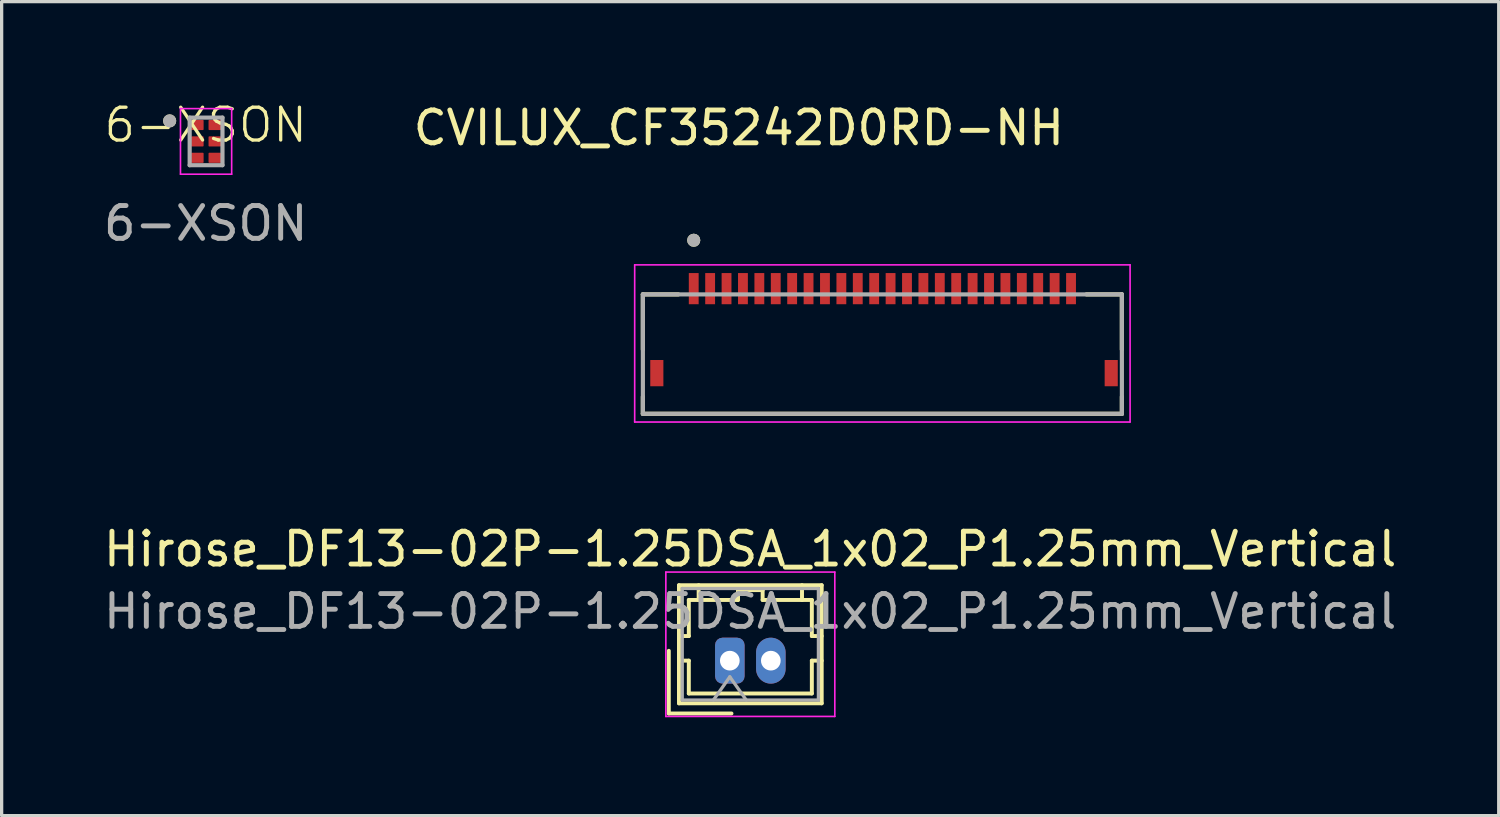
<source format=kicad_pcb>
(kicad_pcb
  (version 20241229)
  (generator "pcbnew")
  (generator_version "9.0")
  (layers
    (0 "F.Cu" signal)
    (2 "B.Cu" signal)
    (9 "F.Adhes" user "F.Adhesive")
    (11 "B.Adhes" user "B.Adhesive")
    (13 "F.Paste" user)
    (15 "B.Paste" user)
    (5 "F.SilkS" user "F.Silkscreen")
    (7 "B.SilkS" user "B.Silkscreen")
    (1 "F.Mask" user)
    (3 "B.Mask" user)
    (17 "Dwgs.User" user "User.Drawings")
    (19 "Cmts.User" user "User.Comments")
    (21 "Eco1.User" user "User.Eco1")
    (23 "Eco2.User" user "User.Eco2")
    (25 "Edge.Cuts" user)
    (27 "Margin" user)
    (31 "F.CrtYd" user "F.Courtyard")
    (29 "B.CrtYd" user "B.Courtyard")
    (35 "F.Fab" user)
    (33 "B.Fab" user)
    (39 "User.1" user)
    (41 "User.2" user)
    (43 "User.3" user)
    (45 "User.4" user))
  (footprint "Hirose_DF13-02P-1.25DSA_1x02_P1.25mm_Vertical"
    (layer "F.Cu")
    (at 19.195 17.087)
    (property "Reference" "Hirose_DF13-02P-1.25DSA_1x02_P1.25mm_Vertical" (at 0.62 -3.4 0) (layer "F.SilkS") (effects (font (size 1 1) (thickness 0.15))))
    (attr through_hole)
    (fp_line (start -1.86 -0.3) (end -1.86 1.61) (stroke (width 0.12) (type solid)) (layer "F.SilkS"))
    (fp_line (start -1.86 1.61) (end 0.05 1.61) (stroke (width 0.12) (type solid)) (layer "F.SilkS"))
    (fp_line (start -1.55 -2.3) (end -1.55 1.3) (stroke (width 0.12) (type solid)) (layer "F.SilkS"))
    (fp_line (start -1.55 -0.75) (end -1.25 -0.75) (stroke (width 0.12) (type solid)) (layer "F.SilkS"))
    (fp_line (start -1.55 0) (end -1.25 0) (stroke (width 0.12) (type solid)) (layer "F.SilkS"))
    (fp_line (start -1.55 1.3) (end 2.8 1.3) (stroke (width 0.12) (type solid)) (layer "F.SilkS"))
    (fp_line (start -1.25 -1.85) (end -0.95 -1.85) (stroke (width 0.12) (type solid)) (layer "F.SilkS"))
    (fp_line (start -1.25 -0.75) (end -1.25 -1.85) (stroke (width 0.12) (type solid)) (layer "F.SilkS"))
    (fp_line (start -1.25 0) (end -1.25 1) (stroke (width 0.12) (type solid)) (layer "F.SilkS"))
    (fp_line (start -1.25 1) (end 2.5 1) (stroke (width 0.12) (type solid)) (layer "F.SilkS"))
    (fp_line (start -0.95 -1.85) (end -0.95 -2.3) (stroke (width 0.12) (type solid)) (layer "F.SilkS"))
    (fp_line (start -0.95 -1.85) (end 0.25 -1.85) (stroke (width 0.12) (type solid)) (layer "F.SilkS"))
    (fp_line (start 0.25 -2.15) (end 1 -2.15) (stroke (width 0.12) (type solid)) (layer "F.SilkS"))
    (fp_line (start 0.25 -1.85) (end 0.25 -2.15) (stroke (width 0.12) (type solid)) (layer "F.SilkS"))
    (fp_line (start 1 -2.15) (end 1 -1.85) (stroke (width 0.12) (type solid)) (layer "F.SilkS"))
    (fp_line (start 1 -1.85) (end 2.2 -1.85) (stroke (width 0.12) (type solid)) (layer "F.SilkS"))
    (fp_line (start 2.2 -1.85) (end 2.2 -2.3) (stroke (width 0.12) (type solid)) (layer "F.SilkS"))
    (fp_line (start 2.5 -1.85) (end 2.2 -1.85) (stroke (width 0.12) (type solid)) (layer "F.SilkS"))
    (fp_line (start 2.5 -0.75) (end 2.5 -1.85) (stroke (width 0.12) (type solid)) (layer "F.SilkS"))
    (fp_line (start 2.5 0) (end 2.8 0) (stroke (width 0.12) (type solid)) (layer "F.SilkS"))
    (fp_line (start 2.5 1) (end 2.5 0) (stroke (width 0.12) (type solid)) (layer "F.SilkS"))
    (fp_line (start 2.8 -2.3) (end -1.55 -2.3) (stroke (width 0.12) (type solid)) (layer "F.SilkS"))
    (fp_line (start 2.8 -0.75) (end 2.5 -0.75) (stroke (width 0.12) (type solid)) (layer "F.SilkS"))
    (fp_line (start 2.8 1.3) (end 2.8 -2.3) (stroke (width 0.12) (type solid)) (layer "F.SilkS"))
    (fp_line (start -1.95 -2.7) (end -1.95 1.7) (stroke (width 0.05) (type solid)) (layer "F.CrtYd"))
    (fp_line (start -1.95 1.7) (end 3.2 1.7) (stroke (width 0.05) (type solid)) (layer "F.CrtYd"))
    (fp_line (start 3.2 -2.7) (end -1.95 -2.7) (stroke (width 0.05) (type solid)) (layer "F.CrtYd"))
    (fp_line (start 3.2 1.7) (end 3.2 -2.7) (stroke (width 0.05) (type solid)) (layer "F.CrtYd"))
    (fp_line (start -1.45 -2.2) (end -1.45 1.2) (stroke (width 0.1) (type solid)) (layer "F.Fab"))
    (fp_line (start -1.45 1.2) (end 2.7 1.2) (stroke (width 0.1) (type solid)) (layer "F.Fab"))
    (fp_line (start -0.5 1.2) (end 0 0.493) (stroke (width 0.1) (type solid)) (layer "F.Fab"))
    (fp_line (start 0 0.493) (end 0.5 1.2) (stroke (width 0.1) (type solid)) (layer "F.Fab"))
    (fp_line (start 2.7 -2.2) (end -1.45 -2.2) (stroke (width 0.1) (type solid)) (layer "F.Fab"))
    (fp_line (start 2.7 1.2) (end 2.7 -2.2) (stroke (width 0.1) (type solid)) (layer "F.Fab"))
    (fp_text user "${REFERENCE}" (at 0.62 -1.5 0) (layer "F.Fab") (effects (font (size 1 1) (thickness 0.15))))
    (pad "1" thru_hole roundrect (at 0 0) (size 0.9 1.4) (drill 0.6) (layers "*.Cu" "*.Mask") (roundrect_rratio 0.25))
    (pad "2" thru_hole oval (at 1.25 0) (size 0.9 1.4) (drill 0.6) (layers "*.Cu" "*.Mask")))
  (footprint "CVILUX_CF35242D0RD-NH"
    (layer "F.Cu")
    (at 23.845 8.323)
    (property "Reference" "CVILUX_CF35242D0RD-NH" (at -4.375 -7.475 0) (layer "F.SilkS") (effects (font (size 1 1) (thickness 0.15))))
    (attr smd)
    (fp_poly (pts (xy -5.95 -3.1) (xy -5.55 -3.1) (xy -5.55 -2.05) (xy -5.95 -2.05)) (stroke (width 0.01) (type solid)) (fill yes) (layer "F.Mask"))
    (fp_poly (pts (xy -5.45 -3.1) (xy -5.05 -3.1) (xy -5.05 -2.05) (xy -5.45 -2.05)) (stroke (width 0.01) (type solid)) (fill yes) (layer "F.Mask"))
    (fp_poly (pts (xy -4.95 -3.1) (xy -4.55 -3.1) (xy -4.55 -2.05) (xy -4.95 -2.05)) (stroke (width 0.01) (type solid)) (fill yes) (layer "F.Mask"))
    (fp_poly (pts (xy -4.45 -3.1) (xy -4.05 -3.1) (xy -4.05 -2.05) (xy -4.45 -2.05)) (stroke (width 0.01) (type solid)) (fill yes) (layer "F.Mask"))
    (fp_poly (pts (xy -3.95 -3.1) (xy -3.55 -3.1) (xy -3.55 -2.05) (xy -3.95 -2.05)) (stroke (width 0.01) (type solid)) (fill yes) (layer "F.Mask"))
    (fp_poly (pts (xy -3.45 -3.1) (xy -3.05 -3.1) (xy -3.05 -2.05) (xy -3.45 -2.05)) (stroke (width 0.01) (type solid)) (fill yes) (layer "F.Mask"))
    (fp_poly (pts (xy -2.95 -3.1) (xy -2.55 -3.1) (xy -2.55 -2.05) (xy -2.95 -2.05)) (stroke (width 0.01) (type solid)) (fill yes) (layer "F.Mask"))
    (fp_poly (pts (xy -2.45 -3.1) (xy -2.05 -3.1) (xy -2.05 -2.05) (xy -2.45 -2.05)) (stroke (width 0.01) (type solid)) (fill yes) (layer "F.Mask"))
    (fp_poly (pts (xy -1.95 -3.1) (xy -1.55 -3.1) (xy -1.55 -2.05) (xy -1.95 -2.05)) (stroke (width 0.01) (type solid)) (fill yes) (layer "F.Mask"))
    (fp_poly (pts (xy -1.45 -3.1) (xy -1.05 -3.1) (xy -1.05 -2.05) (xy -1.45 -2.05)) (stroke (width 0.01) (type solid)) (fill yes) (layer "F.Mask"))
    (fp_poly (pts (xy -0.95 -3.1) (xy -0.55 -3.1) (xy -0.55 -2.05) (xy -0.95 -2.05)) (stroke (width 0.01) (type solid)) (fill yes) (layer "F.Mask"))
    (fp_poly (pts (xy -0.45 -3.1) (xy -0.05 -3.1) (xy -0.05 -2.05) (xy -0.45 -2.05)) (stroke (width 0.01) (type solid)) (fill yes) (layer "F.Mask"))
    (fp_poly (pts (xy 0.05 -3.1) (xy 0.45 -3.1) (xy 0.45 -2.05) (xy 0.05 -2.05)) (stroke (width 0.01) (type solid)) (fill yes) (layer "F.Mask"))
    (fp_poly (pts (xy 0.55 -3.1) (xy 0.95 -3.1) (xy 0.95 -2.05) (xy 0.55 -2.05)) (stroke (width 0.01) (type solid)) (fill yes) (layer "F.Mask"))
    (fp_poly (pts (xy 1.05 -3.1) (xy 1.45 -3.1) (xy 1.45 -2.05) (xy 1.05 -2.05)) (stroke (width 0.01) (type solid)) (fill yes) (layer "F.Mask"))
    (fp_poly (pts (xy 1.55 -3.1) (xy 1.95 -3.1) (xy 1.95 -2.05) (xy 1.55 -2.05)) (stroke (width 0.01) (type solid)) (fill yes) (layer "F.Mask"))
    (fp_poly (pts (xy 2.05 -3.1) (xy 2.45 -3.1) (xy 2.45 -2.05) (xy 2.05 -2.05)) (stroke (width 0.01) (type solid)) (fill yes) (layer "F.Mask"))
    (fp_poly (pts (xy 2.55 -3.1) (xy 2.95 -3.1) (xy 2.95 -2.05) (xy 2.55 -2.05)) (stroke (width 0.01) (type solid)) (fill yes) (layer "F.Mask"))
    (fp_poly (pts (xy 3.05 -3.1) (xy 3.45 -3.1) (xy 3.45 -2.05) (xy 3.05 -2.05)) (stroke (width 0.01) (type solid)) (fill yes) (layer "F.Mask"))
    (fp_poly (pts (xy 3.55 -3.1) (xy 3.95 -3.1) (xy 3.95 -2.05) (xy 3.55 -2.05)) (stroke (width 0.01) (type solid)) (fill yes) (layer "F.Mask"))
    (fp_poly (pts (xy 4.05 -3.1) (xy 4.45 -3.1) (xy 4.45 -2.05) (xy 4.05 -2.05)) (stroke (width 0.01) (type solid)) (fill yes) (layer "F.Mask"))
    (fp_poly (pts (xy 4.55 -3.1) (xy 4.95 -3.1) (xy 4.95 -2.05) (xy 4.55 -2.05)) (stroke (width 0.01) (type solid)) (fill yes) (layer "F.Mask"))
    (fp_poly (pts (xy 5.05 -3.1) (xy 5.45 -3.1) (xy 5.45 -2.05) (xy 5.05 -2.05)) (stroke (width 0.01) (type solid)) (fill yes) (layer "F.Mask"))
    (fp_poly (pts (xy 5.55 -3.1) (xy 5.95 -3.1) (xy 5.95 -2.05) (xy 5.55 -2.05)) (stroke (width 0.01) (type solid)) (fill yes) (layer "F.Mask"))
    (fp_line (start -7.3 -2.4) (end -7.3 -0.72) (stroke (width 0.127) (type solid)) (layer "F.SilkS"))
    (fp_line (start -7.3 1.24) (end -7.3 0.72) (stroke (width 0.127) (type solid)) (layer "F.SilkS"))
    (fp_line (start -7.3 1.24) (end 7.3 1.24) (stroke (width 0.127) (type solid)) (layer "F.SilkS"))
    (fp_line (start -6.22 -2.4) (end -7.3 -2.4) (stroke (width 0.127) (type solid)) (layer "F.SilkS"))
    (fp_line (start 7.3 -2.4) (end 6.22 -2.4) (stroke (width 0.127) (type solid)) (layer "F.SilkS"))
    (fp_line (start 7.3 -0.72) (end 7.3 -2.4) (stroke (width 0.127) (type solid)) (layer "F.SilkS"))
    (fp_line (start 7.3 1.24) (end 7.3 0.72) (stroke (width 0.127) (type solid)) (layer "F.SilkS"))
    (fp_circle (center -5.75 -4.05) (end -5.65 -4.05) (stroke (width 0.2) (type solid)) (fill no) (layer "F.SilkS"))
    (fp_line (start -7.55 -3.3) (end -7.55 1.49) (stroke (width 0.05) (type solid)) (layer "F.CrtYd"))
    (fp_line (start -7.55 1.49) (end 7.55 1.49) (stroke (width 0.05) (type solid)) (layer "F.CrtYd"))
    (fp_line (start 7.55 -3.3) (end -7.55 -3.3) (stroke (width 0.05) (type solid)) (layer "F.CrtYd"))
    (fp_line (start 7.55 1.49) (end 7.55 -3.3) (stroke (width 0.05) (type solid)) (layer "F.CrtYd"))
    (fp_line (start -7.3 -2.4) (end -7.3 1.24) (stroke (width 0.127) (type solid)) (layer "F.Fab"))
    (fp_line (start -7.3 1.24) (end 7.3 1.24) (stroke (width 0.127) (type solid)) (layer "F.Fab"))
    (fp_line (start 7.3 -2.4) (end -7.3 -2.4) (stroke (width 0.127) (type solid)) (layer "F.Fab"))
    (fp_line (start 7.3 1.24) (end 7.3 -2.4) (stroke (width 0.127) (type solid)) (layer "F.Fab"))
    (fp_circle (center -5.75 -4.05) (end -5.65 -4.05) (stroke (width 0.2) (type solid)) (fill no) (layer "F.Fab"))
    (pad "1" smd rect (at -5.75 -2.575) (size 0.3 0.95) (layers "F.Cu" "F.Paste"))
    (pad "2" smd rect (at -5.25 -2.575) (size 0.3 0.95) (layers "F.Cu" "F.Paste"))
    (pad "3" smd rect (at -4.75 -2.575) (size 0.3 0.95) (layers "F.Cu" "F.Paste"))
    (pad "4" smd rect (at -4.25 -2.575) (size 0.3 0.95) (layers "F.Cu" "F.Paste"))
    (pad "5" smd rect (at -3.75 -2.575) (size 0.3 0.95) (layers "F.Cu" "F.Paste"))
    (pad "6" smd rect (at -3.25 -2.575) (size 0.3 0.95) (layers "F.Cu" "F.Paste"))
    (pad "7" smd rect (at -2.75 -2.575) (size 0.3 0.95) (layers "F.Cu" "F.Paste"))
    (pad "8" smd rect (at -2.25 -2.575) (size 0.3 0.95) (layers "F.Cu" "F.Paste"))
    (pad "9" smd rect (at -1.75 -2.575) (size 0.3 0.95) (layers "F.Cu" "F.Paste"))
    (pad "10" smd rect (at -1.25 -2.575) (size 0.3 0.95) (layers "F.Cu" "F.Paste"))
    (pad "11" smd rect (at -0.75 -2.575) (size 0.3 0.95) (layers "F.Cu" "F.Paste"))
    (pad "12" smd rect (at -0.25 -2.575) (size 0.3 0.95) (layers "F.Cu" "F.Paste"))
    (pad "13" smd rect (at 0.25 -2.575) (size 0.3 0.95) (layers "F.Cu" "F.Paste"))
    (pad "14" smd rect (at 0.75 -2.575) (size 0.3 0.95) (layers "F.Cu" "F.Paste"))
    (pad "15" smd rect (at 1.25 -2.575) (size 0.3 0.95) (layers "F.Cu" "F.Paste"))
    (pad "16" smd rect (at 1.75 -2.575) (size 0.3 0.95) (layers "F.Cu" "F.Paste"))
    (pad "17" smd rect (at 2.25 -2.575) (size 0.3 0.95) (layers "F.Cu" "F.Paste"))
    (pad "18" smd rect (at 2.75 -2.575) (size 0.3 0.95) (layers "F.Cu" "F.Paste"))
    (pad "19" smd rect (at 3.25 -2.575) (size 0.3 0.95) (layers "F.Cu" "F.Paste"))
    (pad "20" smd rect (at 3.75 -2.575) (size 0.3 0.95) (layers "F.Cu" "F.Paste"))
    (pad "21" smd rect (at 4.25 -2.575) (size 0.3 0.95) (layers "F.Cu" "F.Paste"))
    (pad "22" smd rect (at 4.75 -2.575) (size 0.3 0.95) (layers "F.Cu" "F.Paste"))
    (pad "23" smd rect (at 5.25 -2.575) (size 0.3 0.95) (layers "F.Cu" "F.Paste"))
    (pad "24" smd rect (at 5.75 -2.575) (size 0.3 0.95) (layers "F.Cu" "F.Paste"))
    (pad "SH1" smd rect (at -6.875 0) (size 0.4 0.8) (layers "F.Cu" "F.Mask" "F.Paste"))
    (pad "SH2" smd rect (at 6.975 0) (size 0.4 0.8) (layers "F.Cu" "F.Mask" "F.Paste")))
  (footprint "6-XSON"
    (layer "F.Cu")
    (at 3.22 1.26)
    (property "Reference" "6-XSON" (at 0 -0.5 0) (unlocked yes) (layer "F.SilkS") (effects (font (size 1 1) (thickness 0.1))))
    (attr smd)
    (fp_circle (center -1.099 -0.625) (end -0.999 -0.625) (stroke (width 0.2) (type solid)) (fill no) (layer "F.SilkS"))
    (fp_line (start -0.769 -1) (end 0.791 -1) (stroke (width 0.05) (type solid)) (layer "F.CrtYd"))
    (fp_line (start -0.769 1) (end -0.769 -1) (stroke (width 0.05) (type solid)) (layer "F.CrtYd"))
    (fp_line (start 0.791 -1) (end 0.791 1) (stroke (width 0.05) (type solid)) (layer "F.CrtYd"))
    (fp_line (start 0.791 1) (end -0.769 1) (stroke (width 0.05) (type solid)) (layer "F.CrtYd"))
    (fp_line (start -0.489 -0.725) (end 0.511 -0.725) (stroke (width 0.127) (type solid)) (layer "F.Fab"))
    (fp_line (start -0.489 0.725) (end -0.489 -0.725) (stroke (width 0.127) (type solid)) (layer "F.Fab"))
    (fp_line (start 0.511 -0.725) (end 0.511 0.725) (stroke (width 0.127) (type solid)) (layer "F.Fab"))
    (fp_line (start 0.511 0.725) (end -0.489 0.725) (stroke (width 0.127) (type solid)) (layer "F.Fab"))
    (fp_circle (center -1.099 -0.625) (end -0.999 -0.625) (stroke (width 0.2) (type solid)) (fill no) (layer "F.Fab"))
    (fp_text user "${REFERENCE}" (at 0 2.5 0) (unlocked yes) (layer "F.Fab") (effects (font (size 1 1) (thickness 0.15))))
    (pad "1" smd roundrect (at -0.254 -0.5) (size 0.38 0.31) (layers "F.Cu" "F.Mask" "F.Paste") (roundrect_rratio 0.08))
    (pad "2" smd roundrect (at -0.254 0) (size 0.38 0.31) (layers "F.Cu" "F.Mask" "F.Paste") (roundrect_rratio 0.08))
    (pad "3" smd roundrect (at -0.254 0.5) (size 0.38 0.31) (layers "F.Cu" "F.Mask" "F.Paste") (roundrect_rratio 0.08))
    (pad "4" smd roundrect (at 0.276 0.5) (size 0.38 0.31) (layers "F.Cu" "F.Mask" "F.Paste") (roundrect_rratio 0.08))
    (pad "5" smd roundrect (at 0.276 0) (size 0.38 0.31) (layers "F.Cu" "F.Mask" "F.Paste") (roundrect_rratio 0.08))
    (pad "6" smd roundrect (at 0.276 -0.5) (size 0.38 0.31) (layers "F.Cu" "F.Mask" "F.Paste") (roundrect_rratio 0.08)))
  (gr_rect
    (start -3 -3)
    (end 42.631 21.811)
    (stroke (width 0.1) (type default))
    (fill no)
    (layer "Edge.Cuts")))
</source>
